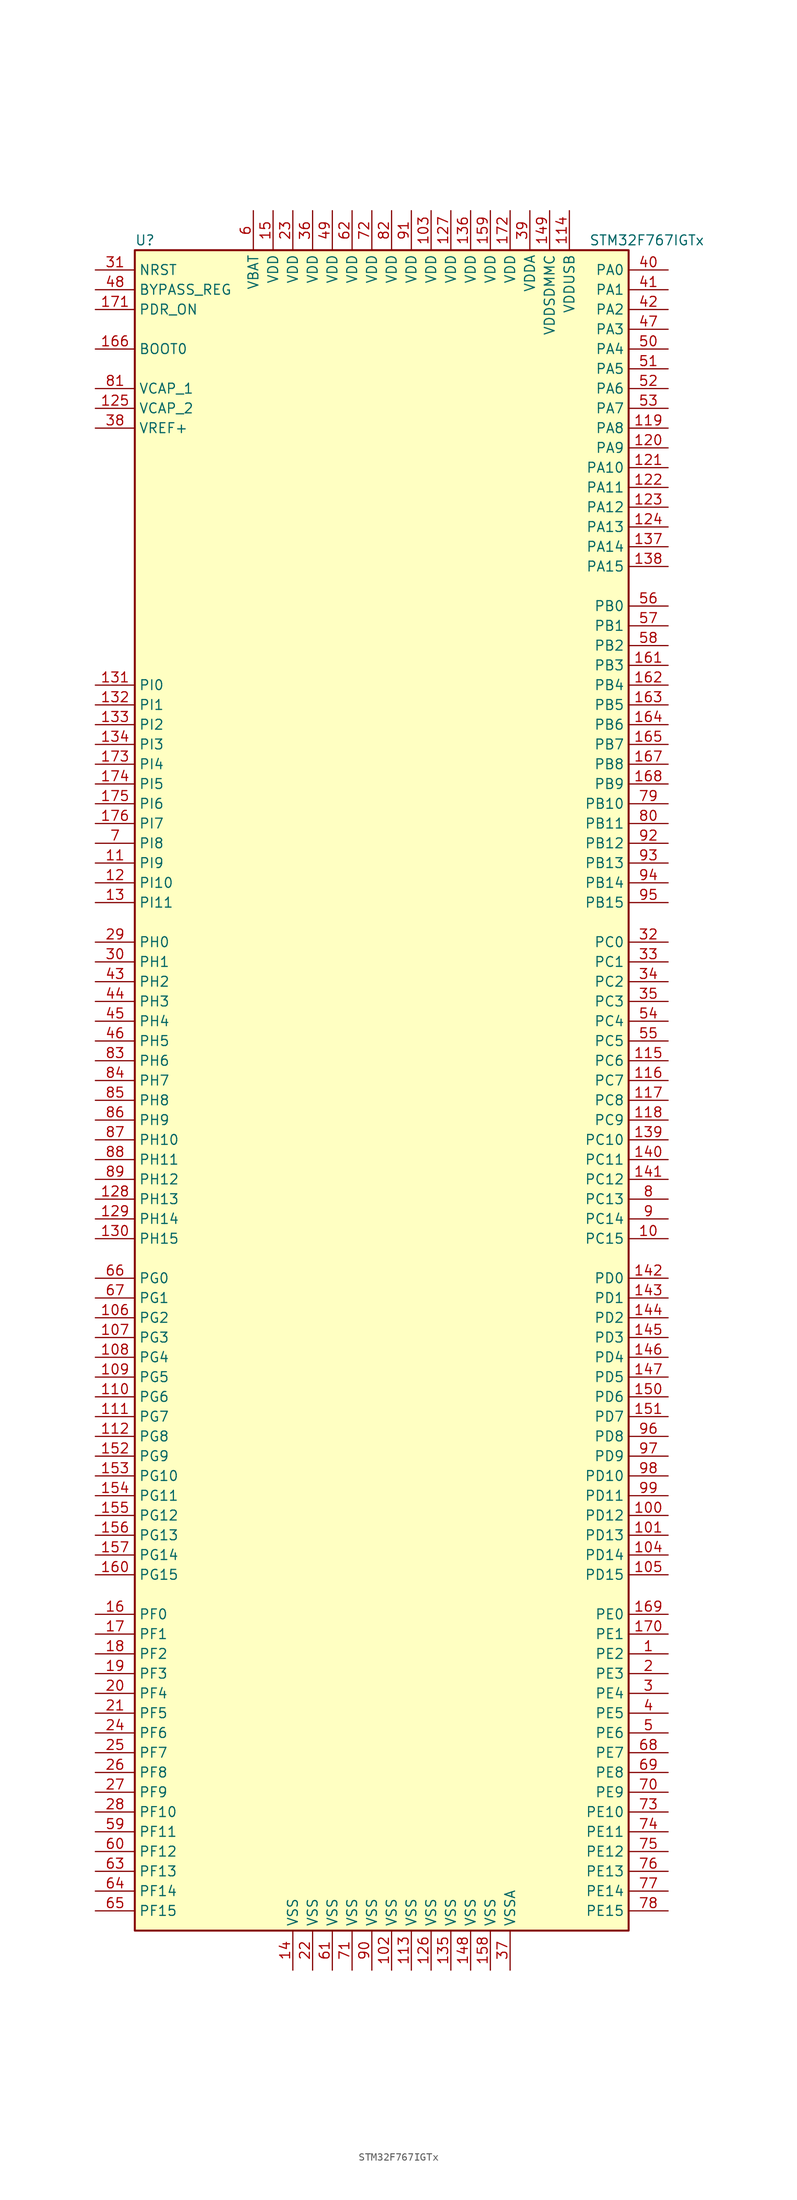
<source format=kicad_sym>
(kicad_symbol_lib
  (version 20201005)
  (generator kicad_symbol_editor)
  (symbol "MCU_ST_STM32F7:STM32F767IGTx"
    (property "Reference" "U"
      (at -33.02 107.95 0)
      (effects (font (size 1.27 1.27)) (justify left)))
    (property "Value" "STM32F767IGTx"
      (at 25.4 107.95 0)
      (effects (font (size 1.27 1.27)) (justify left)))
    (symbol "STM32F767IGTx_0_1"
      (rectangle (start -33.02 -109.22) (end 30.48 106.68) (stroke (width 0.254)) (fill (type background))))
    (symbol "STM32F767IGTx_1_1"
      (pin input line (at -38.1 93.98 0) (length 5.08) (name "BOOT0" (effects (font (size 1.27 1.27)))) (number "166" (effects (font (size 1.27 1.27)))))
      (pin input line (at -38.1 101.6 0) (length 5.08) (name "BYPASS_REG" (effects (font (size 1.27 1.27)))) (number "48" (effects (font (size 1.27 1.27)))))
      (pin input line (at -38.1 104.14 0) (length 5.08) (name "NRST" (effects (font (size 1.27 1.27)))) (number "31" (effects (font (size 1.27 1.27)))))
      (pin bidirectional line (at 35.56 104.14 180) (length 5.08) (name "PA0" (effects (font (size 1.27 1.27)))) (number "40" (effects (font (size 1.27 1.27)))))
      (pin bidirectional line (at 35.56 101.6 180) (length 5.08) (name "PA1" (effects (font (size 1.27 1.27)))) (number "41" (effects (font (size 1.27 1.27)))))
      (pin bidirectional line (at 35.56 78.74 180) (length 5.08) (name "PA10" (effects (font (size 1.27 1.27)))) (number "121" (effects (font (size 1.27 1.27)))))
      (pin bidirectional line (at 35.56 76.2 180) (length 5.08) (name "PA11" (effects (font (size 1.27 1.27)))) (number "122" (effects (font (size 1.27 1.27)))))
      (pin bidirectional line (at 35.56 73.66 180) (length 5.08) (name "PA12" (effects (font (size 1.27 1.27)))) (number "123" (effects (font (size 1.27 1.27)))))
      (pin bidirectional line (at 35.56 71.12 180) (length 5.08) (name "PA13" (effects (font (size 1.27 1.27)))) (number "124" (effects (font (size 1.27 1.27)))))
      (pin bidirectional line (at 35.56 68.58 180) (length 5.08) (name "PA14" (effects (font (size 1.27 1.27)))) (number "137" (effects (font (size 1.27 1.27)))))
      (pin bidirectional line (at 35.56 66.04 180) (length 5.08) (name "PA15" (effects (font (size 1.27 1.27)))) (number "138" (effects (font (size 1.27 1.27)))))
      (pin bidirectional line (at 35.56 99.06 180) (length 5.08) (name "PA2" (effects (font (size 1.27 1.27)))) (number "42" (effects (font (size 1.27 1.27)))))
      (pin bidirectional line (at 35.56 96.52 180) (length 5.08) (name "PA3" (effects (font (size 1.27 1.27)))) (number "47" (effects (font (size 1.27 1.27)))))
      (pin bidirectional line (at 35.56 93.98 180) (length 5.08) (name "PA4" (effects (font (size 1.27 1.27)))) (number "50" (effects (font (size 1.27 1.27)))))
      (pin bidirectional line (at 35.56 91.44 180) (length 5.08) (name "PA5" (effects (font (size 1.27 1.27)))) (number "51" (effects (font (size 1.27 1.27)))))
      (pin bidirectional line (at 35.56 88.9 180) (length 5.08) (name "PA6" (effects (font (size 1.27 1.27)))) (number "52" (effects (font (size 1.27 1.27)))))
      (pin bidirectional line (at 35.56 86.36 180) (length 5.08) (name "PA7" (effects (font (size 1.27 1.27)))) (number "53" (effects (font (size 1.27 1.27)))))
      (pin bidirectional line (at 35.56 83.82 180) (length 5.08) (name "PA8" (effects (font (size 1.27 1.27)))) (number "119" (effects (font (size 1.27 1.27)))))
      (pin bidirectional line (at 35.56 81.28 180) (length 5.08) (name "PA9" (effects (font (size 1.27 1.27)))) (number "120" (effects (font (size 1.27 1.27)))))
      (pin bidirectional line (at 35.56 60.96 180) (length 5.08) (name "PB0" (effects (font (size 1.27 1.27)))) (number "56" (effects (font (size 1.27 1.27)))))
      (pin bidirectional line (at 35.56 58.42 180) (length 5.08) (name "PB1" (effects (font (size 1.27 1.27)))) (number "57" (effects (font (size 1.27 1.27)))))
      (pin bidirectional line (at 35.56 35.56 180) (length 5.08) (name "PB10" (effects (font (size 1.27 1.27)))) (number "79" (effects (font (size 1.27 1.27)))))
      (pin bidirectional line (at 35.56 33.02 180) (length 5.08) (name "PB11" (effects (font (size 1.27 1.27)))) (number "80" (effects (font (size 1.27 1.27)))))
      (pin bidirectional line (at 35.56 30.48 180) (length 5.08) (name "PB12" (effects (font (size 1.27 1.27)))) (number "92" (effects (font (size 1.27 1.27)))))
      (pin bidirectional line (at 35.56 27.94 180) (length 5.08) (name "PB13" (effects (font (size 1.27 1.27)))) (number "93" (effects (font (size 1.27 1.27)))))
      (pin bidirectional line (at 35.56 25.4 180) (length 5.08) (name "PB14" (effects (font (size 1.27 1.27)))) (number "94" (effects (font (size 1.27 1.27)))))
      (pin bidirectional line (at 35.56 22.86 180) (length 5.08) (name "PB15" (effects (font (size 1.27 1.27)))) (number "95" (effects (font (size 1.27 1.27)))))
      (pin bidirectional line (at 35.56 55.88 180) (length 5.08) (name "PB2" (effects (font (size 1.27 1.27)))) (number "58" (effects (font (size 1.27 1.27)))))
      (pin bidirectional line (at 35.56 53.34 180) (length 5.08) (name "PB3" (effects (font (size 1.27 1.27)))) (number "161" (effects (font (size 1.27 1.27)))))
      (pin bidirectional line (at 35.56 50.8 180) (length 5.08) (name "PB4" (effects (font (size 1.27 1.27)))) (number "162" (effects (font (size 1.27 1.27)))))
      (pin bidirectional line (at 35.56 48.26 180) (length 5.08) (name "PB5" (effects (font (size 1.27 1.27)))) (number "163" (effects (font (size 1.27 1.27)))))
      (pin bidirectional line (at 35.56 45.72 180) (length 5.08) (name "PB6" (effects (font (size 1.27 1.27)))) (number "164" (effects (font (size 1.27 1.27)))))
      (pin bidirectional line (at 35.56 43.18 180) (length 5.08) (name "PB7" (effects (font (size 1.27 1.27)))) (number "165" (effects (font (size 1.27 1.27)))))
      (pin bidirectional line (at 35.56 40.64 180) (length 5.08) (name "PB8" (effects (font (size 1.27 1.27)))) (number "167" (effects (font (size 1.27 1.27)))))
      (pin bidirectional line (at 35.56 38.1 180) (length 5.08) (name "PB9" (effects (font (size 1.27 1.27)))) (number "168" (effects (font (size 1.27 1.27)))))
      (pin bidirectional line (at 35.56 17.78 180) (length 5.08) (name "PC0" (effects (font (size 1.27 1.27)))) (number "32" (effects (font (size 1.27 1.27)))))
      (pin bidirectional line (at 35.56 15.24 180) (length 5.08) (name "PC1" (effects (font (size 1.27 1.27)))) (number "33" (effects (font (size 1.27 1.27)))))
      (pin bidirectional line (at 35.56 -7.62 180) (length 5.08) (name "PC10" (effects (font (size 1.27 1.27)))) (number "139" (effects (font (size 1.27 1.27)))))
      (pin bidirectional line (at 35.56 -10.16 180) (length 5.08) (name "PC11" (effects (font (size 1.27 1.27)))) (number "140" (effects (font (size 1.27 1.27)))))
      (pin bidirectional line (at 35.56 -12.7 180) (length 5.08) (name "PC12" (effects (font (size 1.27 1.27)))) (number "141" (effects (font (size 1.27 1.27)))))
      (pin bidirectional line (at 35.56 -15.24 180) (length 5.08) (name "PC13" (effects (font (size 1.27 1.27)))) (number "8" (effects (font (size 1.27 1.27)))))
      (pin bidirectional line (at 35.56 -17.78 180) (length 5.08) (name "PC14" (effects (font (size 1.27 1.27)))) (number "9" (effects (font (size 1.27 1.27)))))
      (pin bidirectional line (at 35.56 -20.32 180) (length 5.08) (name "PC15" (effects (font (size 1.27 1.27)))) (number "10" (effects (font (size 1.27 1.27)))))
      (pin bidirectional line (at 35.56 12.7 180) (length 5.08) (name "PC2" (effects (font (size 1.27 1.27)))) (number "34" (effects (font (size 1.27 1.27)))))
      (pin bidirectional line (at 35.56 10.16 180) (length 5.08) (name "PC3" (effects (font (size 1.27 1.27)))) (number "35" (effects (font (size 1.27 1.27)))))
      (pin bidirectional line (at 35.56 7.62 180) (length 5.08) (name "PC4" (effects (font (size 1.27 1.27)))) (number "54" (effects (font (size 1.27 1.27)))))
      (pin bidirectional line (at 35.56 5.08 180) (length 5.08) (name "PC5" (effects (font (size 1.27 1.27)))) (number "55" (effects (font (size 1.27 1.27)))))
      (pin bidirectional line (at 35.56 2.54 180) (length 5.08) (name "PC6" (effects (font (size 1.27 1.27)))) (number "115" (effects (font (size 1.27 1.27)))))
      (pin bidirectional line (at 35.56 0 180) (length 5.08) (name "PC7" (effects (font (size 1.27 1.27)))) (number "116" (effects (font (size 1.27 1.27)))))
      (pin bidirectional line (at 35.56 -2.54 180) (length 5.08) (name "PC8" (effects (font (size 1.27 1.27)))) (number "117" (effects (font (size 1.27 1.27)))))
      (pin bidirectional line (at 35.56 -5.08 180) (length 5.08) (name "PC9" (effects (font (size 1.27 1.27)))) (number "118" (effects (font (size 1.27 1.27)))))
      (pin bidirectional line (at 35.56 -25.4 180) (length 5.08) (name "PD0" (effects (font (size 1.27 1.27)))) (number "142" (effects (font (size 1.27 1.27)))))
      (pin bidirectional line (at 35.56 -27.94 180) (length 5.08) (name "PD1" (effects (font (size 1.27 1.27)))) (number "143" (effects (font (size 1.27 1.27)))))
      (pin bidirectional line (at 35.56 -50.8 180) (length 5.08) (name "PD10" (effects (font (size 1.27 1.27)))) (number "98" (effects (font (size 1.27 1.27)))))
      (pin bidirectional line (at 35.56 -53.34 180) (length 5.08) (name "PD11" (effects (font (size 1.27 1.27)))) (number "99" (effects (font (size 1.27 1.27)))))
      (pin bidirectional line (at 35.56 -55.88 180) (length 5.08) (name "PD12" (effects (font (size 1.27 1.27)))) (number "100" (effects (font (size 1.27 1.27)))))
      (pin bidirectional line (at 35.56 -58.42 180) (length 5.08) (name "PD13" (effects (font (size 1.27 1.27)))) (number "101" (effects (font (size 1.27 1.27)))))
      (pin bidirectional line (at 35.56 -60.96 180) (length 5.08) (name "PD14" (effects (font (size 1.27 1.27)))) (number "104" (effects (font (size 1.27 1.27)))))
      (pin bidirectional line (at 35.56 -63.5 180) (length 5.08) (name "PD15" (effects (font (size 1.27 1.27)))) (number "105" (effects (font (size 1.27 1.27)))))
      (pin bidirectional line (at 35.56 -30.48 180) (length 5.08) (name "PD2" (effects (font (size 1.27 1.27)))) (number "144" (effects (font (size 1.27 1.27)))))
      (pin bidirectional line (at 35.56 -33.02 180) (length 5.08) (name "PD3" (effects (font (size 1.27 1.27)))) (number "145" (effects (font (size 1.27 1.27)))))
      (pin bidirectional line (at 35.56 -35.56 180) (length 5.08) (name "PD4" (effects (font (size 1.27 1.27)))) (number "146" (effects (font (size 1.27 1.27)))))
      (pin bidirectional line (at 35.56 -38.1 180) (length 5.08) (name "PD5" (effects (font (size 1.27 1.27)))) (number "147" (effects (font (size 1.27 1.27)))))
      (pin bidirectional line (at 35.56 -40.64 180) (length 5.08) (name "PD6" (effects (font (size 1.27 1.27)))) (number "150" (effects (font (size 1.27 1.27)))))
      (pin bidirectional line (at 35.56 -43.18 180) (length 5.08) (name "PD7" (effects (font (size 1.27 1.27)))) (number "151" (effects (font (size 1.27 1.27)))))
      (pin bidirectional line (at 35.56 -45.72 180) (length 5.08) (name "PD8" (effects (font (size 1.27 1.27)))) (number "96" (effects (font (size 1.27 1.27)))))
      (pin bidirectional line (at 35.56 -48.26 180) (length 5.08) (name "PD9" (effects (font (size 1.27 1.27)))) (number "97" (effects (font (size 1.27 1.27)))))
      (pin input line (at -38.1 99.06 0) (length 5.08) (name "PDR_ON" (effects (font (size 1.27 1.27)))) (number "171" (effects (font (size 1.27 1.27)))))
      (pin bidirectional line (at 35.56 -68.58 180) (length 5.08) (name "PE0" (effects (font (size 1.27 1.27)))) (number "169" (effects (font (size 1.27 1.27)))))
      (pin bidirectional line (at 35.56 -71.12 180) (length 5.08) (name "PE1" (effects (font (size 1.27 1.27)))) (number "170" (effects (font (size 1.27 1.27)))))
      (pin bidirectional line (at 35.56 -93.98 180) (length 5.08) (name "PE10" (effects (font (size 1.27 1.27)))) (number "73" (effects (font (size 1.27 1.27)))))
      (pin bidirectional line (at 35.56 -96.52 180) (length 5.08) (name "PE11" (effects (font (size 1.27 1.27)))) (number "74" (effects (font (size 1.27 1.27)))))
      (pin bidirectional line (at 35.56 -99.06 180) (length 5.08) (name "PE12" (effects (font (size 1.27 1.27)))) (number "75" (effects (font (size 1.27 1.27)))))
      (pin bidirectional line (at 35.56 -101.6 180) (length 5.08) (name "PE13" (effects (font (size 1.27 1.27)))) (number "76" (effects (font (size 1.27 1.27)))))
      (pin bidirectional line (at 35.56 -104.14 180) (length 5.08) (name "PE14" (effects (font (size 1.27 1.27)))) (number "77" (effects (font (size 1.27 1.27)))))
      (pin bidirectional line (at 35.56 -106.68 180) (length 5.08) (name "PE15" (effects (font (size 1.27 1.27)))) (number "78" (effects (font (size 1.27 1.27)))))
      (pin bidirectional line (at 35.56 -73.66 180) (length 5.08) (name "PE2" (effects (font (size 1.27 1.27)))) (number "1" (effects (font (size 1.27 1.27)))))
      (pin bidirectional line (at 35.56 -76.2 180) (length 5.08) (name "PE3" (effects (font (size 1.27 1.27)))) (number "2" (effects (font (size 1.27 1.27)))))
      (pin bidirectional line (at 35.56 -78.74 180) (length 5.08) (name "PE4" (effects (font (size 1.27 1.27)))) (number "3" (effects (font (size 1.27 1.27)))))
      (pin bidirectional line (at 35.56 -81.28 180) (length 5.08) (name "PE5" (effects (font (size 1.27 1.27)))) (number "4" (effects (font (size 1.27 1.27)))))
      (pin bidirectional line (at 35.56 -83.82 180) (length 5.08) (name "PE6" (effects (font (size 1.27 1.27)))) (number "5" (effects (font (size 1.27 1.27)))))
      (pin bidirectional line (at 35.56 -86.36 180) (length 5.08) (name "PE7" (effects (font (size 1.27 1.27)))) (number "68" (effects (font (size 1.27 1.27)))))
      (pin bidirectional line (at 35.56 -88.9 180) (length 5.08) (name "PE8" (effects (font (size 1.27 1.27)))) (number "69" (effects (font (size 1.27 1.27)))))
      (pin bidirectional line (at 35.56 -91.44 180) (length 5.08) (name "PE9" (effects (font (size 1.27 1.27)))) (number "70" (effects (font (size 1.27 1.27)))))
      (pin bidirectional line (at -38.1 -68.58 0) (length 5.08) (name "PF0" (effects (font (size 1.27 1.27)))) (number "16" (effects (font (size 1.27 1.27)))))
      (pin bidirectional line (at -38.1 -71.12 0) (length 5.08) (name "PF1" (effects (font (size 1.27 1.27)))) (number "17" (effects (font (size 1.27 1.27)))))
      (pin bidirectional line (at -38.1 -93.98 0) (length 5.08) (name "PF10" (effects (font (size 1.27 1.27)))) (number "28" (effects (font (size 1.27 1.27)))))
      (pin bidirectional line (at -38.1 -96.52 0) (length 5.08) (name "PF11" (effects (font (size 1.27 1.27)))) (number "59" (effects (font (size 1.27 1.27)))))
      (pin bidirectional line (at -38.1 -99.06 0) (length 5.08) (name "PF12" (effects (font (size 1.27 1.27)))) (number "60" (effects (font (size 1.27 1.27)))))
      (pin bidirectional line (at -38.1 -101.6 0) (length 5.08) (name "PF13" (effects (font (size 1.27 1.27)))) (number "63" (effects (font (size 1.27 1.27)))))
      (pin bidirectional line (at -38.1 -104.14 0) (length 5.08) (name "PF14" (effects (font (size 1.27 1.27)))) (number "64" (effects (font (size 1.27 1.27)))))
      (pin bidirectional line (at -38.1 -106.68 0) (length 5.08) (name "PF15" (effects (font (size 1.27 1.27)))) (number "65" (effects (font (size 1.27 1.27)))))
      (pin bidirectional line (at -38.1 -73.66 0) (length 5.08) (name "PF2" (effects (font (size 1.27 1.27)))) (number "18" (effects (font (size 1.27 1.27)))))
      (pin bidirectional line (at -38.1 -76.2 0) (length 5.08) (name "PF3" (effects (font (size 1.27 1.27)))) (number "19" (effects (font (size 1.27 1.27)))))
      (pin bidirectional line (at -38.1 -78.74 0) (length 5.08) (name "PF4" (effects (font (size 1.27 1.27)))) (number "20" (effects (font (size 1.27 1.27)))))
      (pin bidirectional line (at -38.1 -81.28 0) (length 5.08) (name "PF5" (effects (font (size 1.27 1.27)))) (number "21" (effects (font (size 1.27 1.27)))))
      (pin bidirectional line (at -38.1 -83.82 0) (length 5.08) (name "PF6" (effects (font (size 1.27 1.27)))) (number "24" (effects (font (size 1.27 1.27)))))
      (pin bidirectional line (at -38.1 -86.36 0) (length 5.08) (name "PF7" (effects (font (size 1.27 1.27)))) (number "25" (effects (font (size 1.27 1.27)))))
      (pin bidirectional line (at -38.1 -88.9 0) (length 5.08) (name "PF8" (effects (font (size 1.27 1.27)))) (number "26" (effects (font (size 1.27 1.27)))))
      (pin bidirectional line (at -38.1 -91.44 0) (length 5.08) (name "PF9" (effects (font (size 1.27 1.27)))) (number "27" (effects (font (size 1.27 1.27)))))
      (pin bidirectional line (at -38.1 -25.4 0) (length 5.08) (name "PG0" (effects (font (size 1.27 1.27)))) (number "66" (effects (font (size 1.27 1.27)))))
      (pin bidirectional line (at -38.1 -27.94 0) (length 5.08) (name "PG1" (effects (font (size 1.27 1.27)))) (number "67" (effects (font (size 1.27 1.27)))))
      (pin bidirectional line (at -38.1 -50.8 0) (length 5.08) (name "PG10" (effects (font (size 1.27 1.27)))) (number "153" (effects (font (size 1.27 1.27)))))
      (pin bidirectional line (at -38.1 -53.34 0) (length 5.08) (name "PG11" (effects (font (size 1.27 1.27)))) (number "154" (effects (font (size 1.27 1.27)))))
      (pin bidirectional line (at -38.1 -55.88 0) (length 5.08) (name "PG12" (effects (font (size 1.27 1.27)))) (number "155" (effects (font (size 1.27 1.27)))))
      (pin bidirectional line (at -38.1 -58.42 0) (length 5.08) (name "PG13" (effects (font (size 1.27 1.27)))) (number "156" (effects (font (size 1.27 1.27)))))
      (pin bidirectional line (at -38.1 -60.96 0) (length 5.08) (name "PG14" (effects (font (size 1.27 1.27)))) (number "157" (effects (font (size 1.27 1.27)))))
      (pin bidirectional line (at -38.1 -63.5 0) (length 5.08) (name "PG15" (effects (font (size 1.27 1.27)))) (number "160" (effects (font (size 1.27 1.27)))))
      (pin bidirectional line (at -38.1 -30.48 0) (length 5.08) (name "PG2" (effects (font (size 1.27 1.27)))) (number "106" (effects (font (size 1.27 1.27)))))
      (pin bidirectional line (at -38.1 -33.02 0) (length 5.08) (name "PG3" (effects (font (size 1.27 1.27)))) (number "107" (effects (font (size 1.27 1.27)))))
      (pin bidirectional line (at -38.1 -35.56 0) (length 5.08) (name "PG4" (effects (font (size 1.27 1.27)))) (number "108" (effects (font (size 1.27 1.27)))))
      (pin bidirectional line (at -38.1 -38.1 0) (length 5.08) (name "PG5" (effects (font (size 1.27 1.27)))) (number "109" (effects (font (size 1.27 1.27)))))
      (pin bidirectional line (at -38.1 -40.64 0) (length 5.08) (name "PG6" (effects (font (size 1.27 1.27)))) (number "110" (effects (font (size 1.27 1.27)))))
      (pin bidirectional line (at -38.1 -43.18 0) (length 5.08) (name "PG7" (effects (font (size 1.27 1.27)))) (number "111" (effects (font (size 1.27 1.27)))))
      (pin bidirectional line (at -38.1 -45.72 0) (length 5.08) (name "PG8" (effects (font (size 1.27 1.27)))) (number "112" (effects (font (size 1.27 1.27)))))
      (pin bidirectional line (at -38.1 -48.26 0) (length 5.08) (name "PG9" (effects (font (size 1.27 1.27)))) (number "152" (effects (font (size 1.27 1.27)))))
      (pin input line (at -38.1 17.78 0) (length 5.08) (name "PH0" (effects (font (size 1.27 1.27)))) (number "29" (effects (font (size 1.27 1.27)))))
      (pin input line (at -38.1 15.24 0) (length 5.08) (name "PH1" (effects (font (size 1.27 1.27)))) (number "30" (effects (font (size 1.27 1.27)))))
      (pin bidirectional line (at -38.1 -7.62 0) (length 5.08) (name "PH10" (effects (font (size 1.27 1.27)))) (number "87" (effects (font (size 1.27 1.27)))))
      (pin bidirectional line (at -38.1 -10.16 0) (length 5.08) (name "PH11" (effects (font (size 1.27 1.27)))) (number "88" (effects (font (size 1.27 1.27)))))
      (pin bidirectional line (at -38.1 -12.7 0) (length 5.08) (name "PH12" (effects (font (size 1.27 1.27)))) (number "89" (effects (font (size 1.27 1.27)))))
      (pin bidirectional line (at -38.1 -15.24 0) (length 5.08) (name "PH13" (effects (font (size 1.27 1.27)))) (number "128" (effects (font (size 1.27 1.27)))))
      (pin bidirectional line (at -38.1 -17.78 0) (length 5.08) (name "PH14" (effects (font (size 1.27 1.27)))) (number "129" (effects (font (size 1.27 1.27)))))
      (pin bidirectional line (at -38.1 -20.32 0) (length 5.08) (name "PH15" (effects (font (size 1.27 1.27)))) (number "130" (effects (font (size 1.27 1.27)))))
      (pin bidirectional line (at -38.1 12.7 0) (length 5.08) (name "PH2" (effects (font (size 1.27 1.27)))) (number "43" (effects (font (size 1.27 1.27)))))
      (pin bidirectional line (at -38.1 10.16 0) (length 5.08) (name "PH3" (effects (font (size 1.27 1.27)))) (number "44" (effects (font (size 1.27 1.27)))))
      (pin bidirectional line (at -38.1 7.62 0) (length 5.08) (name "PH4" (effects (font (size 1.27 1.27)))) (number "45" (effects (font (size 1.27 1.27)))))
      (pin bidirectional line (at -38.1 5.08 0) (length 5.08) (name "PH5" (effects (font (size 1.27 1.27)))) (number "46" (effects (font (size 1.27 1.27)))))
      (pin bidirectional line (at -38.1 2.54 0) (length 5.08) (name "PH6" (effects (font (size 1.27 1.27)))) (number "83" (effects (font (size 1.27 1.27)))))
      (pin bidirectional line (at -38.1 0 0) (length 5.08) (name "PH7" (effects (font (size 1.27 1.27)))) (number "84" (effects (font (size 1.27 1.27)))))
      (pin bidirectional line (at -38.1 -2.54 0) (length 5.08) (name "PH8" (effects (font (size 1.27 1.27)))) (number "85" (effects (font (size 1.27 1.27)))))
      (pin bidirectional line (at -38.1 -5.08 0) (length 5.08) (name "PH9" (effects (font (size 1.27 1.27)))) (number "86" (effects (font (size 1.27 1.27)))))
      (pin bidirectional line (at -38.1 50.8 0) (length 5.08) (name "PI0" (effects (font (size 1.27 1.27)))) (number "131" (effects (font (size 1.27 1.27)))))
      (pin bidirectional line (at -38.1 48.26 0) (length 5.08) (name "PI1" (effects (font (size 1.27 1.27)))) (number "132" (effects (font (size 1.27 1.27)))))
      (pin bidirectional line (at -38.1 25.4 0) (length 5.08) (name "PI10" (effects (font (size 1.27 1.27)))) (number "12" (effects (font (size 1.27 1.27)))))
      (pin bidirectional line (at -38.1 22.86 0) (length 5.08) (name "PI11" (effects (font (size 1.27 1.27)))) (number "13" (effects (font (size 1.27 1.27)))))
      (pin bidirectional line (at -38.1 45.72 0) (length 5.08) (name "PI2" (effects (font (size 1.27 1.27)))) (number "133" (effects (font (size 1.27 1.27)))))
      (pin bidirectional line (at -38.1 43.18 0) (length 5.08) (name "PI3" (effects (font (size 1.27 1.27)))) (number "134" (effects (font (size 1.27 1.27)))))
      (pin bidirectional line (at -38.1 40.64 0) (length 5.08) (name "PI4" (effects (font (size 1.27 1.27)))) (number "173" (effects (font (size 1.27 1.27)))))
      (pin bidirectional line (at -38.1 38.1 0) (length 5.08) (name "PI5" (effects (font (size 1.27 1.27)))) (number "174" (effects (font (size 1.27 1.27)))))
      (pin bidirectional line (at -38.1 35.56 0) (length 5.08) (name "PI6" (effects (font (size 1.27 1.27)))) (number "175" (effects (font (size 1.27 1.27)))))
      (pin bidirectional line (at -38.1 33.02 0) (length 5.08) (name "PI7" (effects (font (size 1.27 1.27)))) (number "176" (effects (font (size 1.27 1.27)))))
      (pin bidirectional line (at -38.1 30.48 0) (length 5.08) (name "PI8" (effects (font (size 1.27 1.27)))) (number "7" (effects (font (size 1.27 1.27)))))
      (pin bidirectional line (at -38.1 27.94 0) (length 5.08) (name "PI9" (effects (font (size 1.27 1.27)))) (number "11" (effects (font (size 1.27 1.27)))))
      (pin power_in line (at -17.78 111.76 270) (length 5.08) (name "VBAT" (effects (font (size 1.27 1.27)))) (number "6" (effects (font (size 1.27 1.27)))))
      (pin power_in line (at -38.1 88.9 0) (length 5.08) (name "VCAP_1" (effects (font (size 1.27 1.27)))) (number "81" (effects (font (size 1.27 1.27)))))
      (pin power_in line (at -38.1 86.36 0) (length 5.08) (name "VCAP_2" (effects (font (size 1.27 1.27)))) (number "125" (effects (font (size 1.27 1.27)))))
      (pin power_in line (at 5.08 111.76 270) (length 5.08) (name "VDD" (effects (font (size 1.27 1.27)))) (number "103" (effects (font (size 1.27 1.27)))))
      (pin power_in line (at 7.62 111.76 270) (length 5.08) (name "VDD" (effects (font (size 1.27 1.27)))) (number "127" (effects (font (size 1.27 1.27)))))
      (pin power_in line (at 10.16 111.76 270) (length 5.08) (name "VDD" (effects (font (size 1.27 1.27)))) (number "136" (effects (font (size 1.27 1.27)))))
      (pin power_in line (at -15.24 111.76 270) (length 5.08) (name "VDD" (effects (font (size 1.27 1.27)))) (number "15" (effects (font (size 1.27 1.27)))))
      (pin power_in line (at 12.7 111.76 270) (length 5.08) (name "VDD" (effects (font (size 1.27 1.27)))) (number "159" (effects (font (size 1.27 1.27)))))
      (pin power_in line (at 15.24 111.76 270) (length 5.08) (name "VDD" (effects (font (size 1.27 1.27)))) (number "172" (effects (font (size 1.27 1.27)))))
      (pin power_in line (at -12.7 111.76 270) (length 5.08) (name "VDD" (effects (font (size 1.27 1.27)))) (number "23" (effects (font (size 1.27 1.27)))))
      (pin power_in line (at -10.16 111.76 270) (length 5.08) (name "VDD" (effects (font (size 1.27 1.27)))) (number "36" (effects (font (size 1.27 1.27)))))
      (pin power_in line (at -7.62 111.76 270) (length 5.08) (name "VDD" (effects (font (size 1.27 1.27)))) (number "49" (effects (font (size 1.27 1.27)))))
      (pin power_in line (at -5.08 111.76 270) (length 5.08) (name "VDD" (effects (font (size 1.27 1.27)))) (number "62" (effects (font (size 1.27 1.27)))))
      (pin power_in line (at -2.54 111.76 270) (length 5.08) (name "VDD" (effects (font (size 1.27 1.27)))) (number "72" (effects (font (size 1.27 1.27)))))
      (pin power_in line (at 0 111.76 270) (length 5.08) (name "VDD" (effects (font (size 1.27 1.27)))) (number "82" (effects (font (size 1.27 1.27)))))
      (pin power_in line (at 2.54 111.76 270) (length 5.08) (name "VDD" (effects (font (size 1.27 1.27)))) (number "91" (effects (font (size 1.27 1.27)))))
      (pin power_in line (at 17.78 111.76 270) (length 5.08) (name "VDDA" (effects (font (size 1.27 1.27)))) (number "39" (effects (font (size 1.27 1.27)))))
      (pin power_in line (at 20.32 111.76 270) (length 5.08) (name "VDDSDMMC" (effects (font (size 1.27 1.27)))) (number "149" (effects (font (size 1.27 1.27)))))
      (pin power_in line (at 22.86 111.76 270) (length 5.08) (name "VDDUSB" (effects (font (size 1.27 1.27)))) (number "114" (effects (font (size 1.27 1.27)))))
      (pin power_in line (at -38.1 83.82 0) (length 5.08) (name "VREF+" (effects (font (size 1.27 1.27)))) (number "38" (effects (font (size 1.27 1.27)))))
      (pin power_in line (at 0 -114.3 90) (length 5.08) (name "VSS" (effects (font (size 1.27 1.27)))) (number "102" (effects (font (size 1.27 1.27)))))
      (pin power_in line (at 2.54 -114.3 90) (length 5.08) (name "VSS" (effects (font (size 1.27 1.27)))) (number "113" (effects (font (size 1.27 1.27)))))
      (pin power_in line (at 5.08 -114.3 90) (length 5.08) (name "VSS" (effects (font (size 1.27 1.27)))) (number "126" (effects (font (size 1.27 1.27)))))
      (pin power_in line (at 7.62 -114.3 90) (length 5.08) (name "VSS" (effects (font (size 1.27 1.27)))) (number "135" (effects (font (size 1.27 1.27)))))
      (pin power_in line (at -12.7 -114.3 90) (length 5.08) (name "VSS" (effects (font (size 1.27 1.27)))) (number "14" (effects (font (size 1.27 1.27)))))
      (pin power_in line (at 10.16 -114.3 90) (length 5.08) (name "VSS" (effects (font (size 1.27 1.27)))) (number "148" (effects (font (size 1.27 1.27)))))
      (pin power_in line (at 12.7 -114.3 90) (length 5.08) (name "VSS" (effects (font (size 1.27 1.27)))) (number "158" (effects (font (size 1.27 1.27)))))
      (pin power_in line (at -10.16 -114.3 90) (length 5.08) (name "VSS" (effects (font (size 1.27 1.27)))) (number "22" (effects (font (size 1.27 1.27)))))
      (pin power_in line (at -7.62 -114.3 90) (length 5.08) (name "VSS" (effects (font (size 1.27 1.27)))) (number "61" (effects (font (size 1.27 1.27)))))
      (pin power_in line (at -5.08 -114.3 90) (length 5.08) (name "VSS" (effects (font (size 1.27 1.27)))) (number "71" (effects (font (size 1.27 1.27)))))
      (pin power_in line (at -2.54 -114.3 90) (length 5.08) (name "VSS" (effects (font (size 1.27 1.27)))) (number "90" (effects (font (size 1.27 1.27)))))
      (pin power_in line (at 15.24 -114.3 90) (length 5.08) (name "VSSA" (effects (font (size 1.27 1.27)))) (number "37" (effects (font (size 1.27 1.27))))))))
</source>
